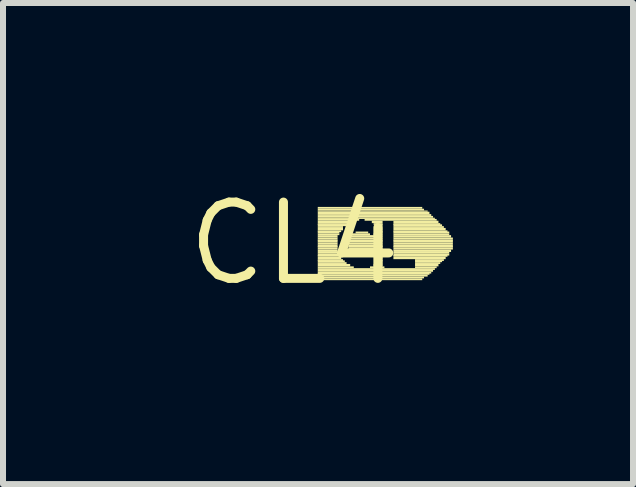
<source format=kicad_pcb>
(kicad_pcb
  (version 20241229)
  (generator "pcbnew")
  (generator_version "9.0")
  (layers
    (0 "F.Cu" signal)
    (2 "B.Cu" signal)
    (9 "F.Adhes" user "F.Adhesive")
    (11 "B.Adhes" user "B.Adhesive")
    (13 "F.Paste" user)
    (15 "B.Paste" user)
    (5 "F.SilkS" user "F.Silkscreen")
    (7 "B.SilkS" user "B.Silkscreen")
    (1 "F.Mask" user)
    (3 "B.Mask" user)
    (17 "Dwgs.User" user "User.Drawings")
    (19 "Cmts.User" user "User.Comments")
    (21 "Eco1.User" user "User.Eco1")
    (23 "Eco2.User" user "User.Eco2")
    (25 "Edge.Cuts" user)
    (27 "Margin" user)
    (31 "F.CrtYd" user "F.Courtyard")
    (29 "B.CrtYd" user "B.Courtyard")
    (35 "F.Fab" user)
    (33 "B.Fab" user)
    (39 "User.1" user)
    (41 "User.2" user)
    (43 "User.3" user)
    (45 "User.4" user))
  (footprint "CL4"
    (layer "F.Cu")
    (at 1.852 1.006)
    (property "Reference" "CL4" (at 0 0 0) (layer "F.SilkS") (effects (font (size 1.27 1.27) (thickness 0.15))))
    (fp_poly (pts (xy 0.39 -0.58) (xy 2.13 -0.58) (xy 2.13 -0.61) (xy 0.39 -0.61)) (stroke (width 0) (type default)) (fill yes) (layer "F.SilkS"))
    (fp_poly (pts (xy 0.39 -0.55) (xy 2.16 -0.55) (xy 2.16 -0.58) (xy 0.39 -0.58)) (stroke (width 0) (type default)) (fill yes) (layer "F.SilkS"))
    (fp_poly (pts (xy 0.39 -0.53) (xy 2.22 -0.53) (xy 2.22 -0.55) (xy 0.39 -0.55)) (stroke (width 0) (type default)) (fill yes) (layer "F.SilkS"))
    (fp_poly (pts (xy 0.39 -0.49) (xy 2.25 -0.49) (xy 2.25 -0.53) (xy 0.39 -0.53)) (stroke (width 0) (type default)) (fill yes) (layer "F.SilkS"))
    (fp_poly (pts (xy 0.39 -0.46) (xy 2.28 -0.46) (xy 2.28 -0.49) (xy 0.39 -0.49)) (stroke (width 0) (type default)) (fill yes) (layer "F.SilkS"))
    (fp_poly (pts (xy 0.39 -0.43) (xy 2.31 -0.43) (xy 2.31 -0.46) (xy 0.39 -0.46)) (stroke (width 0) (type default)) (fill yes) (layer "F.SilkS"))
    (fp_poly (pts (xy 0.39 -0.41) (xy 2.34 -0.41) (xy 2.34 -0.43) (xy 0.39 -0.43)) (stroke (width 0) (type default)) (fill yes) (layer "F.SilkS"))
    (fp_poly (pts (xy 0.39 -0.38) (xy 1.08 -0.38) (xy 1.08 -0.41) (xy 0.39 -0.41)) (stroke (width 0) (type default)) (fill yes) (layer "F.SilkS"))
    (fp_poly (pts (xy 0.39 -0.34) (xy 0.96 -0.34) (xy 0.96 -0.38) (xy 0.39 -0.38)) (stroke (width 0) (type default)) (fill yes) (layer "F.SilkS"))
    (fp_poly (pts (xy 0.39 -0.31) (xy 0.9 -0.31) (xy 0.9 -0.34) (xy 0.39 -0.34)) (stroke (width 0) (type default)) (fill yes) (layer "F.SilkS"))
    (fp_poly (pts (xy 0.39 -0.29) (xy 0.87 -0.29) (xy 0.87 -0.32) (xy 0.39 -0.32)) (stroke (width 0) (type default)) (fill yes) (layer "F.SilkS"))
    (fp_poly (pts (xy 0.39 -0.26) (xy 0.81 -0.26) (xy 0.81 -0.29) (xy 0.39 -0.29)) (stroke (width 0) (type default)) (fill yes) (layer "F.SilkS"))
    (fp_poly (pts (xy 0.39 -0.22) (xy 0.81 -0.22) (xy 0.81 -0.26) (xy 0.39 -0.26)) (stroke (width 0) (type default)) (fill yes) (layer "F.SilkS"))
    (fp_poly (pts (xy 0.39 -0.19) (xy 0.78 -0.19) (xy 0.78 -0.22) (xy 0.39 -0.22)) (stroke (width 0) (type default)) (fill yes) (layer "F.SilkS"))
    (fp_poly (pts (xy 0.39 -0.17) (xy 0.75 -0.17) (xy 0.75 -0.2) (xy 0.39 -0.2)) (stroke (width 0) (type default)) (fill yes) (layer "F.SilkS"))
    (fp_poly (pts (xy 0.39 -0.14) (xy 0.75 -0.14) (xy 0.75 -0.17) (xy 0.39 -0.17)) (stroke (width 0) (type default)) (fill yes) (layer "F.SilkS"))
    (fp_poly (pts (xy 0.39 -0.1) (xy 0.72 -0.1) (xy 0.72 -0.14) (xy 0.39 -0.14)) (stroke (width 0) (type default)) (fill yes) (layer "F.SilkS"))
    (fp_poly (pts (xy 0.39 -0.07) (xy 0.72 -0.07) (xy 0.72 -0.1) (xy 0.39 -0.1)) (stroke (width 0) (type default)) (fill yes) (layer "F.SilkS"))
    (fp_poly (pts (xy 0.39 -0.04) (xy 0.72 -0.04) (xy 0.72 -0.07) (xy 0.39 -0.07)) (stroke (width 0) (type default)) (fill yes) (layer "F.SilkS"))
    (fp_poly (pts (xy 0.39 -0.02) (xy 0.72 -0.02) (xy 0.72 -0.05) (xy 0.39 -0.05)) (stroke (width 0) (type default)) (fill yes) (layer "F.SilkS"))
    (fp_poly (pts (xy 0.39 0.02) (xy 0.72 0.02) (xy 0.72 -0.02) (xy 0.39 -0.02)) (stroke (width 0) (type default)) (fill yes) (layer "F.SilkS"))
    (fp_poly (pts (xy 0.39 0.05) (xy 0.72 0.05) (xy 0.72 0.02) (xy 0.39 0.02)) (stroke (width 0) (type default)) (fill yes) (layer "F.SilkS"))
    (fp_poly (pts (xy 0.39 0.07) (xy 0.72 0.07) (xy 0.72 0.04) (xy 0.39 0.04)) (stroke (width 0) (type default)) (fill yes) (layer "F.SilkS"))
    (fp_poly (pts (xy 0.39 0.1) (xy 0.72 0.1) (xy 0.72 0.07) (xy 0.39 0.07)) (stroke (width 0) (type default)) (fill yes) (layer "F.SilkS"))
    (fp_poly (pts (xy 0.39 0.14) (xy 0.72 0.14) (xy 0.72 0.1) (xy 0.39 0.1)) (stroke (width 0) (type default)) (fill yes) (layer "F.SilkS"))
    (fp_poly (pts (xy 0.39 0.17) (xy 0.75 0.17) (xy 0.75 0.14) (xy 0.39 0.14)) (stroke (width 0) (type default)) (fill yes) (layer "F.SilkS"))
    (fp_poly (pts (xy 0.39 0.2) (xy 0.75 0.2) (xy 0.75 0.17) (xy 0.39 0.17)) (stroke (width 0) (type default)) (fill yes) (layer "F.SilkS"))
    (fp_poly (pts (xy 0.39 0.22) (xy 0.78 0.22) (xy 0.78 0.19) (xy 0.39 0.19)) (stroke (width 0) (type default)) (fill yes) (layer "F.SilkS"))
    (fp_poly (pts (xy 0.39 0.26) (xy 0.78 0.26) (xy 0.78 0.22) (xy 0.39 0.22)) (stroke (width 0) (type default)) (fill yes) (layer "F.SilkS"))
    (fp_poly (pts (xy 0.39 0.29) (xy 0.81 0.29) (xy 0.81 0.26) (xy 0.39 0.26)) (stroke (width 0) (type default)) (fill yes) (layer "F.SilkS"))
    (fp_poly (pts (xy 0.39 0.31) (xy 0.84 0.31) (xy 0.84 0.28) (xy 0.39 0.28)) (stroke (width 0) (type default)) (fill yes) (layer "F.SilkS"))
    (fp_poly (pts (xy 0.39 0.34) (xy 0.87 0.34) (xy 0.87 0.31) (xy 0.39 0.31)) (stroke (width 0) (type default)) (fill yes) (layer "F.SilkS"))
    (fp_poly (pts (xy 0.39 0.38) (xy 0.93 0.38) (xy 0.93 0.34) (xy 0.39 0.34)) (stroke (width 0) (type default)) (fill yes) (layer "F.SilkS"))
    (fp_poly (pts (xy 0.39 0.41) (xy 0.99 0.41) (xy 0.99 0.38) (xy 0.39 0.38)) (stroke (width 0) (type default)) (fill yes) (layer "F.SilkS"))
    (fp_poly (pts (xy 0.39 0.44) (xy 2.34 0.44) (xy 2.34 0.41) (xy 0.39 0.41)) (stroke (width 0) (type default)) (fill yes) (layer "F.SilkS"))
    (fp_poly (pts (xy 0.39 0.47) (xy 2.31 0.47) (xy 2.31 0.44) (xy 0.39 0.44)) (stroke (width 0) (type default)) (fill yes) (layer "F.SilkS"))
    (fp_poly (pts (xy 0.39 0.5) (xy 2.28 0.5) (xy 2.28 0.47) (xy 0.39 0.47)) (stroke (width 0) (type default)) (fill yes) (layer "F.SilkS"))
    (fp_poly (pts (xy 0.39 0.52) (xy 2.25 0.52) (xy 2.25 0.49) (xy 0.39 0.49)) (stroke (width 0) (type default)) (fill yes) (layer "F.SilkS"))
    (fp_poly (pts (xy 0.39 0.55) (xy 2.22 0.55) (xy 2.22 0.52) (xy 0.39 0.52)) (stroke (width 0) (type default)) (fill yes) (layer "F.SilkS"))
    (fp_poly (pts (xy 0.39 0.58) (xy 2.16 0.58) (xy 2.16 0.55) (xy 0.39 0.55)) (stroke (width 0) (type default)) (fill yes) (layer "F.SilkS"))
    (fp_poly (pts (xy 0.39 0.61) (xy 2.13 0.61) (xy 2.13 0.58) (xy 0.39 0.58)) (stroke (width 0) (type default)) (fill yes) (layer "F.SilkS"))
    (fp_poly (pts (xy 0.9 -0.04) (xy 1.47 -0.04) (xy 1.47 -0.07) (xy 0.9 -0.07)) (stroke (width 0) (type default)) (fill yes) (layer "F.SilkS"))
    (fp_poly (pts (xy 0.9 -0.02) (xy 1.47 -0.02) (xy 1.47 -0.05) (xy 0.9 -0.05)) (stroke (width 0) (type default)) (fill yes) (layer "F.SilkS"))
    (fp_poly (pts (xy 0.9 0.02) (xy 1.47 0.02) (xy 1.47 -0.02) (xy 0.9 -0.02)) (stroke (width 0) (type default)) (fill yes) (layer "F.SilkS"))
    (fp_poly (pts (xy 0.9 0.05) (xy 1.47 0.05) (xy 1.47 0.02) (xy 0.9 0.02)) (stroke (width 0) (type default)) (fill yes) (layer "F.SilkS"))
    (fp_poly (pts (xy 0.9 0.07) (xy 1.47 0.07) (xy 1.47 0.04) (xy 0.9 0.04)) (stroke (width 0) (type default)) (fill yes) (layer "F.SilkS"))
    (fp_poly (pts (xy 0.9 0.1) (xy 1.47 0.1) (xy 1.47 0.07) (xy 0.9 0.07)) (stroke (width 0) (type default)) (fill yes) (layer "F.SilkS"))
    (fp_poly (pts (xy 0.93 -0.1) (xy 1.47 -0.1) (xy 1.47 -0.14) (xy 0.93 -0.14)) (stroke (width 0) (type default)) (fill yes) (layer "F.SilkS"))
    (fp_poly (pts (xy 0.93 -0.07) (xy 1.47 -0.07) (xy 1.47 -0.1) (xy 0.93 -0.1)) (stroke (width 0) (type default)) (fill yes) (layer "F.SilkS"))
    (fp_poly (pts (xy 0.93 0.14) (xy 1.47 0.14) (xy 1.47 0.1) (xy 0.93 0.1)) (stroke (width 0) (type default)) (fill yes) (layer "F.SilkS"))
    (fp_poly (pts (xy 0.96 -0.14) (xy 1.26 -0.14) (xy 1.26 -0.17) (xy 0.96 -0.17)) (stroke (width 0) (type default)) (fill yes) (layer "F.SilkS"))
    (fp_poly (pts (xy 0.96 0.17) (xy 1.47 0.17) (xy 1.47 0.14) (xy 0.96 0.14)) (stroke (width 0) (type default)) (fill yes) (layer "F.SilkS"))
    (fp_poly (pts (xy 0.99 0.2) (xy 1.26 0.2) (xy 1.26 0.17) (xy 0.99 0.17)) (stroke (width 0) (type default)) (fill yes) (layer "F.SilkS"))
    (fp_poly (pts (xy 1.02 -0.17) (xy 1.23 -0.17) (xy 1.23 -0.2) (xy 1.02 -0.2)) (stroke (width 0) (type default)) (fill yes) (layer "F.SilkS"))
    (fp_poly (pts (xy 1.05 0.22) (xy 1.2 0.22) (xy 1.2 0.19) (xy 1.05 0.19)) (stroke (width 0) (type default)) (fill yes) (layer "F.SilkS"))
    (fp_poly (pts (xy 1.17 -0.38) (xy 2.37 -0.38) (xy 2.37 -0.41) (xy 1.17 -0.41)) (stroke (width 0) (type default)) (fill yes) (layer "F.SilkS"))
    (fp_poly (pts (xy 1.26 0.41) (xy 1.5 0.41) (xy 1.5 0.38) (xy 1.26 0.38)) (stroke (width 0) (type default)) (fill yes) (layer "F.SilkS"))
    (fp_poly (pts (xy 1.29 -0.34) (xy 1.47 -0.34) (xy 1.47 -0.38) (xy 1.29 -0.38)) (stroke (width 0) (type default)) (fill yes) (layer "F.SilkS"))
    (fp_poly (pts (xy 1.32 -0.31) (xy 1.47 -0.31) (xy 1.47 -0.34) (xy 1.32 -0.34)) (stroke (width 0) (type default)) (fill yes) (layer "F.SilkS"))
    (fp_poly (pts (xy 1.32 -0.14) (xy 1.47 -0.14) (xy 1.47 -0.17) (xy 1.32 -0.17)) (stroke (width 0) (type default)) (fill yes) (layer "F.SilkS"))
    (fp_poly (pts (xy 1.32 0.2) (xy 1.47 0.2) (xy 1.47 0.17) (xy 1.32 0.17)) (stroke (width 0) (type default)) (fill yes) (layer "F.SilkS"))
    (fp_poly (pts (xy 1.32 0.38) (xy 1.47 0.38) (xy 1.47 0.34) (xy 1.32 0.34)) (stroke (width 0) (type default)) (fill yes) (layer "F.SilkS"))
    (fp_poly (pts (xy 1.35 -0.17) (xy 1.47 -0.17) (xy 1.47 -0.2) (xy 1.35 -0.2)) (stroke (width 0) (type default)) (fill yes) (layer "F.SilkS"))
    (fp_poly (pts (xy 1.35 0.22) (xy 1.47 0.22) (xy 1.47 0.19) (xy 1.35 0.19)) (stroke (width 0) (type default)) (fill yes) (layer "F.SilkS"))
    (fp_poly (pts (xy 1.35 0.34) (xy 1.47 0.34) (xy 1.47 0.31) (xy 1.35 0.31)) (stroke (width 0) (type default)) (fill yes) (layer "F.SilkS"))
    (fp_poly (pts (xy 1.38 -0.29) (xy 1.47 -0.29) (xy 1.47 -0.32) (xy 1.38 -0.32)) (stroke (width 0) (type default)) (fill yes) (layer "F.SilkS"))
    (fp_poly (pts (xy 1.38 -0.26) (xy 1.47 -0.26) (xy 1.47 -0.29) (xy 1.38 -0.29)) (stroke (width 0) (type default)) (fill yes) (layer "F.SilkS"))
    (fp_poly (pts (xy 1.38 -0.22) (xy 1.47 -0.22) (xy 1.47 -0.26) (xy 1.38 -0.26)) (stroke (width 0) (type default)) (fill yes) (layer "F.SilkS"))
    (fp_poly (pts (xy 1.38 -0.19) (xy 1.47 -0.19) (xy 1.47 -0.22) (xy 1.38 -0.22)) (stroke (width 0) (type default)) (fill yes) (layer "F.SilkS"))
    (fp_poly (pts (xy 1.38 0.26) (xy 1.47 0.26) (xy 1.47 0.22) (xy 1.38 0.22)) (stroke (width 0) (type default)) (fill yes) (layer "F.SilkS"))
    (fp_poly (pts (xy 1.38 0.29) (xy 1.47 0.29) (xy 1.47 0.26) (xy 1.38 0.26)) (stroke (width 0) (type default)) (fill yes) (layer "F.SilkS"))
    (fp_poly (pts (xy 1.38 0.31) (xy 1.47 0.31) (xy 1.47 0.28) (xy 1.38 0.28)) (stroke (width 0) (type default)) (fill yes) (layer "F.SilkS"))
    (fp_poly (pts (xy 1.65 -0.34) (xy 2.4 -0.34) (xy 2.4 -0.38) (xy 1.65 -0.38)) (stroke (width 0) (type default)) (fill yes) (layer "F.SilkS"))
    (fp_poly (pts (xy 1.65 -0.31) (xy 2.43 -0.31) (xy 2.43 -0.34) (xy 1.65 -0.34)) (stroke (width 0) (type default)) (fill yes) (layer "F.SilkS"))
    (fp_poly (pts (xy 1.65 -0.29) (xy 2.46 -0.29) (xy 2.46 -0.32) (xy 1.65 -0.32)) (stroke (width 0) (type default)) (fill yes) (layer "F.SilkS"))
    (fp_poly (pts (xy 1.65 -0.26) (xy 2.49 -0.26) (xy 2.49 -0.29) (xy 1.65 -0.29)) (stroke (width 0) (type default)) (fill yes) (layer "F.SilkS"))
    (fp_poly (pts (xy 1.65 -0.22) (xy 2.52 -0.22) (xy 2.52 -0.26) (xy 1.65 -0.26)) (stroke (width 0) (type default)) (fill yes) (layer "F.SilkS"))
    (fp_poly (pts (xy 1.65 -0.19) (xy 2.55 -0.19) (xy 2.55 -0.22) (xy 1.65 -0.22)) (stroke (width 0) (type default)) (fill yes) (layer "F.SilkS"))
    (fp_poly (pts (xy 1.65 -0.17) (xy 2.58 -0.17) (xy 2.58 -0.2) (xy 1.65 -0.2)) (stroke (width 0) (type default)) (fill yes) (layer "F.SilkS"))
    (fp_poly (pts (xy 1.65 -0.14) (xy 2.58 -0.14) (xy 2.58 -0.17) (xy 1.65 -0.17)) (stroke (width 0) (type default)) (fill yes) (layer "F.SilkS"))
    (fp_poly (pts (xy 1.65 -0.1) (xy 2.61 -0.1) (xy 2.61 -0.14) (xy 1.65 -0.14)) (stroke (width 0) (type default)) (fill yes) (layer "F.SilkS"))
    (fp_poly (pts (xy 1.65 -0.07) (xy 2.64 -0.07) (xy 2.64 -0.1) (xy 1.65 -0.1)) (stroke (width 0) (type default)) (fill yes) (layer "F.SilkS"))
    (fp_poly (pts (xy 1.65 -0.04) (xy 2.64 -0.04) (xy 2.64 -0.07) (xy 1.65 -0.07)) (stroke (width 0) (type default)) (fill yes) (layer "F.SilkS"))
    (fp_poly (pts (xy 1.65 -0.02) (xy 2.64 -0.02) (xy 2.64 -0.05) (xy 1.65 -0.05)) (stroke (width 0) (type default)) (fill yes) (layer "F.SilkS"))
    (fp_poly (pts (xy 1.65 0.02) (xy 2.64 0.02) (xy 2.64 -0.02) (xy 1.65 -0.02)) (stroke (width 0) (type default)) (fill yes) (layer "F.SilkS"))
    (fp_poly (pts (xy 1.65 0.05) (xy 2.64 0.05) (xy 2.64 0.02) (xy 1.65 0.02)) (stroke (width 0) (type default)) (fill yes) (layer "F.SilkS"))
    (fp_poly (pts (xy 1.65 0.07) (xy 2.64 0.07) (xy 2.64 0.04) (xy 1.65 0.04)) (stroke (width 0) (type default)) (fill yes) (layer "F.SilkS"))
    (fp_poly (pts (xy 1.65 0.1) (xy 2.64 0.1) (xy 2.64 0.07) (xy 1.65 0.07)) (stroke (width 0) (type default)) (fill yes) (layer "F.SilkS"))
    (fp_poly (pts (xy 1.65 0.14) (xy 2.61 0.14) (xy 2.61 0.1) (xy 1.65 0.1)) (stroke (width 0) (type default)) (fill yes) (layer "F.SilkS"))
    (fp_poly (pts (xy 1.65 0.17) (xy 2.58 0.17) (xy 2.58 0.14) (xy 1.65 0.14)) (stroke (width 0) (type default)) (fill yes) (layer "F.SilkS"))
    (fp_poly (pts (xy 1.65 0.2) (xy 2.58 0.2) (xy 2.58 0.17) (xy 1.65 0.17)) (stroke (width 0) (type default)) (fill yes) (layer "F.SilkS"))
    (fp_poly (pts (xy 1.65 0.22) (xy 2.55 0.22) (xy 2.55 0.19) (xy 1.65 0.19)) (stroke (width 0) (type default)) (fill yes) (layer "F.SilkS"))
    (fp_poly (pts (xy 1.65 0.26) (xy 2.52 0.26) (xy 2.52 0.22) (xy 1.65 0.22)) (stroke (width 0) (type default)) (fill yes) (layer "F.SilkS"))
    (fp_poly (pts (xy 2.01 0.29) (xy 2.49 0.29) (xy 2.49 0.26) (xy 2.01 0.26)) (stroke (width 0) (type default)) (fill yes) (layer "F.SilkS"))
    (fp_poly (pts (xy 2.01 0.31) (xy 2.46 0.31) (xy 2.46 0.28) (xy 2.01 0.28)) (stroke (width 0) (type default)) (fill yes) (layer "F.SilkS"))
    (fp_poly (pts (xy 2.01 0.34) (xy 2.43 0.34) (xy 2.43 0.31) (xy 2.01 0.31)) (stroke (width 0) (type default)) (fill yes) (layer "F.SilkS"))
    (fp_poly (pts (xy 2.01 0.38) (xy 2.4 0.38) (xy 2.4 0.34) (xy 2.01 0.34)) (stroke (width 0) (type default)) (fill yes) (layer "F.SilkS"))
    (fp_poly (pts (xy 2.01 0.41) (xy 2.37 0.41) (xy 2.37 0.38) (xy 2.01 0.38)) (stroke (width 0) (type default)) (fill yes) (layer "F.SilkS")))
  (gr_rect
    (start -3 -3)
    (end 7.492 5.012)
    (stroke (width 0.1) (type default))
    (fill no)
    (layer "Edge.Cuts")))
</source>
